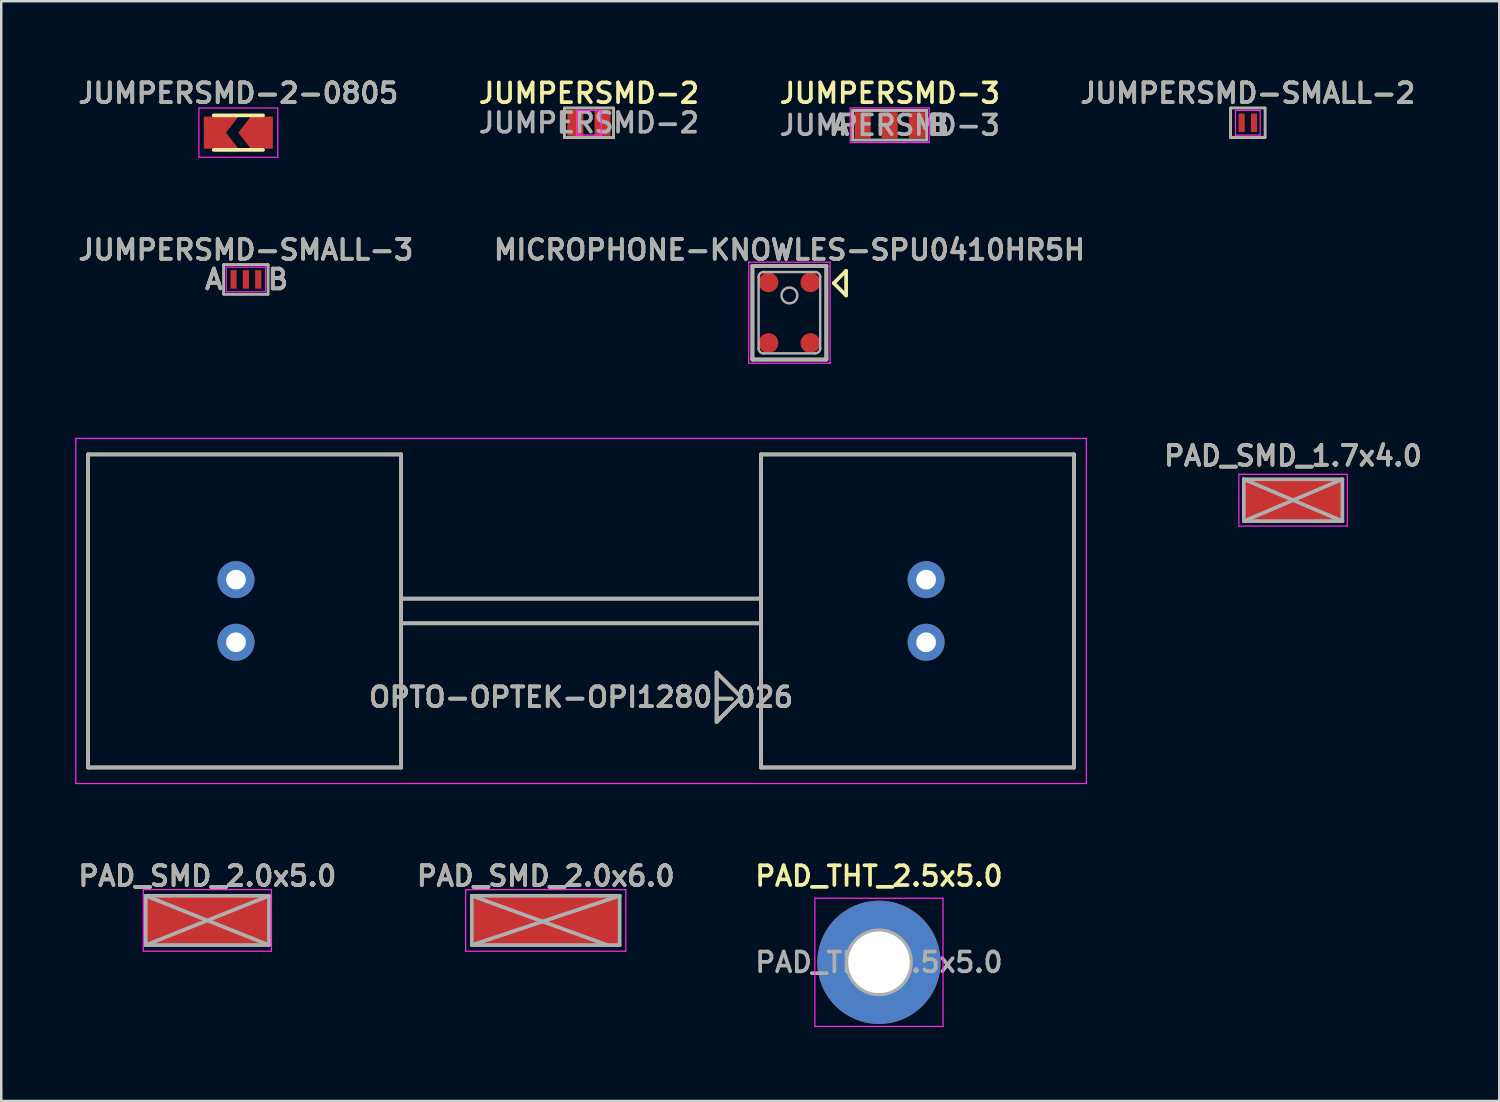
<source format=kicad_pcb>
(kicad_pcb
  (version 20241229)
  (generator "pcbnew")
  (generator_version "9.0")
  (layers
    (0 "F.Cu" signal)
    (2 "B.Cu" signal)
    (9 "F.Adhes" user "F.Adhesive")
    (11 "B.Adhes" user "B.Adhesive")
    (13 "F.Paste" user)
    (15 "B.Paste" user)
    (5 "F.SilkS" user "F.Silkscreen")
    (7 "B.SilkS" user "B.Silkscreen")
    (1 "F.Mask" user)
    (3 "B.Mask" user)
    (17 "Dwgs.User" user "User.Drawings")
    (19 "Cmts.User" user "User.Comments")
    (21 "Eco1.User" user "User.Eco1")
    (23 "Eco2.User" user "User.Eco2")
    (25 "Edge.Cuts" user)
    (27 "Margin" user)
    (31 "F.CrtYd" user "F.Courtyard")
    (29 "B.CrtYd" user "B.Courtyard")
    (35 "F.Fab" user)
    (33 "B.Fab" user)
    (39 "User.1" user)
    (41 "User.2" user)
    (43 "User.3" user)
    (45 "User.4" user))
  (footprint "JUMPERSMD-2"
    (layer "F.Cu")
    (at 20.845 1.931)
    (property "Reference" "JUMPERSMD-2" (at 0 -1.2 0) (layer "F.SilkS") (effects (font (size 0.8 0.8) (thickness 0.15))))
    (attr smd)
    (fp_line (start -1 -0.6) (end 1 -0.6) (stroke (width 0.1) (type solid)) (layer "F.SilkS"))
    (fp_line (start -1 0.6) (end -1 -0.6) (stroke (width 0.1) (type solid)) (layer "F.SilkS"))
    (fp_line (start 1 -0.6) (end 1 0.6) (stroke (width 0.1) (type solid)) (layer "F.SilkS"))
    (fp_line (start 1 0.6) (end -1 0.6) (stroke (width 0.1) (type solid)) (layer "F.SilkS"))
    (fp_line (start -0.5 -0.5) (end 0.5 -0.5) (stroke (width 0.05) (type solid)) (layer "F.CrtYd"))
    (fp_line (start -0.5 0.5) (end -0.5 -0.5) (stroke (width 0.05) (type solid)) (layer "F.CrtYd"))
    (fp_line (start 0.5 -0.5) (end 0.5 0.5) (stroke (width 0.05) (type solid)) (layer "F.CrtYd"))
    (fp_line (start 0.5 0.5) (end -0.5 0.5) (stroke (width 0.05) (type solid)) (layer "F.CrtYd"))
    (fp_line (start -1 -0.6) (end 1 -0.6) (stroke (width 0.1) (type solid)) (layer "F.Fab"))
    (fp_line (start -1 0.6) (end -1 -0.6) (stroke (width 0.1) (type solid)) (layer "F.Fab"))
    (fp_line (start 1 -0.6) (end 1 0.6) (stroke (width 0.1) (type solid)) (layer "F.Fab"))
    (fp_line (start 1 0.6) (end -1 0.6) (stroke (width 0.1) (type solid)) (layer "F.Fab"))
    (fp_text user "${REFERENCE}" (at 0 0 0) (layer "F.Fab") (effects (font (size 0.8 0.8) (thickness 0.15))))
    (pad "1" smd rect (at -0.55 0) (size 0.65 1.06) (layers "F.Cu" "F.Mask" "F.Paste"))
    (pad "2" smd rect (at 0.55 0) (size 0.65 1.06) (layers "F.Cu" "F.Mask" "F.Paste")))
  (footprint "JUMPERSMD-SMALL-3"
    (layer "F.Cu")
    (at 6.926 8.287)
    (property "Reference" "JUMPERSMD-SMALL-3" (at 0 -1.2 0) (layer "F.SilkS") (effects (font (size 0.8 0.8) (thickness 0.15))))
    (attr smd)
    (fp_line (start -0.9 -0.6) (end 0.9 -0.6) (stroke (width 0.1) (type solid)) (layer "F.SilkS"))
    (fp_line (start -0.9 0.6) (end -0.9 -0.6) (stroke (width 0.1) (type solid)) (layer "F.SilkS"))
    (fp_line (start 0.9 -0.6) (end 0.9 0.6) (stroke (width 0.1) (type solid)) (layer "F.SilkS"))
    (fp_line (start 0.9 0.6) (end -0.9 0.6) (stroke (width 0.1) (type solid)) (layer "F.SilkS"))
    (fp_line (start -0.8 -0.5) (end 0.8 -0.5) (stroke (width 0.05) (type solid)) (layer "F.CrtYd"))
    (fp_line (start -0.8 0.5) (end -0.8 -0.5) (stroke (width 0.05) (type solid)) (layer "F.CrtYd"))
    (fp_line (start 0.8 -0.5) (end 0.8 0.5) (stroke (width 0.05) (type solid)) (layer "F.CrtYd"))
    (fp_line (start 0.8 0.5) (end -0.8 0.5) (stroke (width 0.05) (type solid)) (layer "F.CrtYd"))
    (fp_line (start -0.9 -0.6) (end 0.9 -0.6) (stroke (width 0.1) (type solid)) (layer "F.Fab"))
    (fp_line (start -0.9 0.6) (end -0.9 -0.6) (stroke (width 0.1) (type solid)) (layer "F.Fab"))
    (fp_line (start 0.9 -0.6) (end 0.9 0.6) (stroke (width 0.1) (type solid)) (layer "F.Fab"))
    (fp_line (start 0.9 0.6) (end -0.9 0.6) (stroke (width 0.1) (type solid)) (layer "F.Fab"))
    (fp_text user "A" (at -1.3 0 0) (layer "F.SilkS") (effects (font (size 0.8 0.8) (thickness 0.15))))
    (fp_text user "B" (at 1.3 0 0) (layer "F.SilkS") (effects (font (size 0.8 0.8) (thickness 0.15))))
    (fp_text user "B" (at 1.3 0 0) (layer "F.Fab") (effects (font (size 0.8 0.8) (thickness 0.15))))
    (fp_text user "A" (at -1.3 0 0) (layer "F.Fab") (effects (font (size 0.8 0.8) (thickness 0.15))))
    (fp_text user "${REFERENCE}" (at 0 -1.2 0) (layer "F.Fab") (effects (font (size 0.8 0.8) (thickness 0.15))))
    (pad "1" smd rect (at -0.5 0) (size 0.25 0.75) (layers "F.Cu" "F.Mask" "F.Paste"))
    (pad "2" smd rect (at 0 0) (size 0.25 0.75) (layers "F.Cu" "F.Mask" "F.Paste"))
    (pad "3" smd rect (at 0.5 0) (size 0.25 0.75) (layers "F.Cu" "F.Mask" "F.Paste")))
  (footprint "JUMPERSMD-3"
    (layer "F.Cu")
    (at 33.049 2.031)
    (property "Reference" "JUMPERSMD-3" (at 0 -1.3 0) (layer "F.SilkS") (effects (font (size 0.8 0.8) (thickness 0.15))))
    (attr smd)
    (fp_line (start -1.5 -0.6) (end 1.5 -0.6) (stroke (width 0.1) (type solid)) (layer "F.SilkS"))
    (fp_line (start -1.5 0.6) (end -1.5 -0.6) (stroke (width 0.1) (type solid)) (layer "F.SilkS"))
    (fp_line (start 1.5 -0.6) (end 1.5 0.6) (stroke (width 0.1) (type solid)) (layer "F.SilkS"))
    (fp_line (start 1.5 0.6) (end -1.5 0.6) (stroke (width 0.1) (type solid)) (layer "F.SilkS"))
    (fp_line (start -1.6 -0.7) (end 1.6 -0.7) (stroke (width 0.05) (type solid)) (layer "F.CrtYd"))
    (fp_line (start -1.6 0.7) (end -1.6 -0.7) (stroke (width 0.05) (type solid)) (layer "F.CrtYd"))
    (fp_line (start 1.6 -0.7) (end 1.6 0.7) (stroke (width 0.05) (type solid)) (layer "F.CrtYd"))
    (fp_line (start 1.6 0.7) (end -1.6 0.7) (stroke (width 0.05) (type solid)) (layer "F.CrtYd"))
    (fp_line (start -1.5 -0.6) (end 1.5 -0.6) (stroke (width 0.1) (type solid)) (layer "F.Fab"))
    (fp_line (start -1.5 0.6) (end -1.5 -0.6) (stroke (width 0.1) (type solid)) (layer "F.Fab"))
    (fp_line (start 1.5 -0.6) (end 1.5 0.6) (stroke (width 0.1) (type solid)) (layer "F.Fab"))
    (fp_line (start 1.5 0.6) (end -1.5 0.6) (stroke (width 0.1) (type solid)) (layer "F.Fab"))
    (fp_text user "A" (at -2 0 0) (layer "F.SilkS") (effects (font (size 0.8 0.8) (thickness 0.15))))
    (fp_text user "B" (at 2 0 0) (layer "F.SilkS") (effects (font (size 0.8 0.8) (thickness 0.15))))
    (fp_text user "A" (at -2 0 0) (layer "F.Fab") (effects (font (size 0.8 0.8) (thickness 0.15))))
    (fp_text user "B" (at 2 0 0) (layer "F.Fab") (effects (font (size 0.8 0.8) (thickness 0.15))))
    (fp_text user "${REFERENCE}" (at 0 0 0) (layer "F.Fab") (effects (font (size 0.8 0.8) (thickness 0.15))))
    (pad "1" smd rect (at -1.1 0) (size 0.65 1.06) (layers "F.Cu" "F.Mask" "F.Paste"))
    (pad "2" smd rect (at 0 0) (size 0.65 1.06) (layers "F.Cu" "F.Mask" "F.Paste"))
    (pad "3" smd rect (at 1.1 0) (size 0.65 1.06) (layers "F.Cu" "F.Mask" "F.Paste")))
  (footprint "MICROPHONE-KNOWLES-SPU0410HR5H"
    (layer "F.Cu")
    (at 28.978 9.637)
    (property "Reference" "MICROPHONE-KNOWLES-SPU0410HR5H" (at 0 -2.55 0) (layer "F.SilkS") (effects (font (size 0.8 0.8) (thickness 0.15))))
    (attr through_hole)
    (fp_line (start -1.5 -1.9) (end 1.5 -1.9) (stroke (width 0.15) (type solid)) (layer "F.SilkS"))
    (fp_line (start -1.5 1.9) (end -1.5 -1.9) (stroke (width 0.15) (type solid)) (layer "F.SilkS"))
    (fp_line (start 1.5 -1.9) (end 1.5 1.9) (stroke (width 0.15) (type solid)) (layer "F.SilkS"))
    (fp_line (start 1.5 1.9) (end -1.5 1.9) (stroke (width 0.15) (type solid)) (layer "F.SilkS"))
    (fp_line (start 1.8 -1.2) (end 2.3 -1.7) (stroke (width 0.15) (type solid)) (layer "F.SilkS"))
    (fp_line (start 2.3 -1.7) (end 2.3 -0.7) (stroke (width 0.15) (type solid)) (layer "F.SilkS"))
    (fp_line (start 2.3 -0.7) (end 1.8 -1.2) (stroke (width 0.15) (type solid)) (layer "F.SilkS"))
    (fp_line (start -1.65 -2.05) (end 1.65 -2.05) (stroke (width 0.05) (type solid)) (layer "F.CrtYd"))
    (fp_line (start -1.65 2.05) (end -1.65 -2.05) (stroke (width 0.05) (type solid)) (layer "F.CrtYd"))
    (fp_line (start 1.65 -2.05) (end 1.65 2.05) (stroke (width 0.05) (type solid)) (layer "F.CrtYd"))
    (fp_line (start 1.65 2.05) (end -1.65 2.05) (stroke (width 0.05) (type solid)) (layer "F.CrtYd"))
    (fp_line (start -1.5 -1.9) (end -1.5 1.9) (stroke (width 0.15) (type solid)) (layer "F.Fab"))
    (fp_line (start -1.5 1.9) (end 1.5 1.9) (stroke (width 0.15) (type solid)) (layer "F.Fab"))
    (fp_line (start -1.25 -1.45) (end -1.25 1.45) (stroke (width 0.1) (type solid)) (layer "F.Fab"))
    (fp_line (start -1.05 1.65) (end 1.05 1.65) (stroke (width 0.1) (type solid)) (layer "F.Fab"))
    (fp_line (start 1.05 -1.65) (end -1.05 -1.65) (stroke (width 0.1) (type solid)) (layer "F.Fab"))
    (fp_line (start 1.25 1.45) (end 1.25 -1.45) (stroke (width 0.1) (type solid)) (layer "F.Fab"))
    (fp_line (start 1.5 -1.9) (end -1.5 -1.9) (stroke (width 0.15) (type solid)) (layer "F.Fab"))
    (fp_line (start 1.5 1.9) (end 1.5 -1.9) (stroke (width 0.15) (type solid)) (layer "F.Fab"))
    (fp_arc (start -1.25 -1.45) (mid -1.191421 -1.591421) (end -1.05 -1.65) (stroke (width 0.1) (type solid)) (layer "F.Fab"))
    (fp_arc (start -1.05 1.65) (mid -1.191421 1.591421) (end -1.25 1.45) (stroke (width 0.1) (type solid)) (layer "F.Fab"))
    (fp_arc (start 1.05 -1.65) (mid 1.191421 -1.591421) (end 1.25 -1.45) (stroke (width 0.1) (type solid)) (layer "F.Fab"))
    (fp_arc (start 1.25 1.45) (mid 1.191421 1.591421) (end 1.05 1.65) (stroke (width 0.1) (type solid)) (layer "F.Fab"))
    (fp_circle (center 0 -0.7) (end 0.25 -0.5) (stroke (width 0.1) (type solid)) (fill no) (layer "F.Fab"))
    (fp_text user "${REFERENCE}" (at 0 -2.55 0) (layer "F.Fab") (effects (font (size 0.8 0.8) (thickness 0.15))))
    (pad "1" smd circle (at 0.85 -1.23) (size 0.8 0.8) (layers "F.Cu" "F.Mask" "F.Paste"))
    (pad "2" smd circle (at 0.85 1.23) (size 0.8 0.8) (layers "F.Cu" "F.Mask" "F.Paste"))
    (pad "3" smd circle (at -0.85 1.23) (size 0.8 0.8) (layers "F.Cu" "F.Mask" "F.Paste"))
    (pad "4" smd circle (at -0.85 -1.23) (size 0.8 0.8) (layers "F.Cu" "F.Mask" "F.Paste")))
  (footprint "PAD_SMD_1.7x4.0"
    (layer "F.Cu")
    (at 49.414 17.244)
    (property "Reference" "PAD_SMD_1.7x4.0" (at 0 -1.8 0) (layer "F.SilkS") (effects (font (size 0.8 0.8) (thickness 0.15))))
    (attr through_hole)
    (fp_line (start -2.2 -1.05) (end -2.2 1.05) (stroke (width 0.05) (type solid)) (layer "F.CrtYd"))
    (fp_line (start -2.2 1.05) (end 2.2 1.05) (stroke (width 0.05) (type solid)) (layer "F.CrtYd"))
    (fp_line (start 2.2 -1.05) (end -2.2 -1.05) (stroke (width 0.05) (type solid)) (layer "F.CrtYd"))
    (fp_line (start 2.2 1.05) (end 2.2 -1.05) (stroke (width 0.05) (type solid)) (layer "F.CrtYd"))
    (fp_line (start -2 -0.85) (end 2 -0.85) (stroke (width 0.15) (type solid)) (layer "F.Fab"))
    (fp_line (start -2 -0.85) (end 2 0.85) (stroke (width 0.15) (type solid)) (layer "F.Fab"))
    (fp_line (start -2 0.85) (end -2 -0.85) (stroke (width 0.15) (type solid)) (layer "F.Fab"))
    (fp_line (start 2 -0.85) (end -2 0.85) (stroke (width 0.15) (type solid)) (layer "F.Fab"))
    (fp_line (start 2 -0.85) (end 2 0.85) (stroke (width 0.15) (type solid)) (layer "F.Fab"))
    (fp_line (start 2 0.85) (end -2 0.85) (stroke (width 0.15) (type solid)) (layer "F.Fab"))
    (fp_text user "${REFERENCE}" (at 0 -1.8 0) (layer "F.Fab") (effects (font (size 0.8 0.8) (thickness 0.15))))
    (pad "1" smd rect (at 0 0) (size 4 1.7) (layers "F.Cu" "F.Mask" "F.Paste")))
  (footprint "JUMPERSMD-SMALL-2"
    (layer "F.Cu")
    (at 47.577 1.931)
    (property "Reference" "JUMPERSMD-SMALL-2" (at 0 -1.2 0) (layer "F.SilkS") (effects (font (size 0.8 0.8) (thickness 0.15))))
    (attr smd)
    (fp_line (start -0.7 -0.6) (end 0.7 -0.6) (stroke (width 0.1) (type solid)) (layer "F.SilkS"))
    (fp_line (start -0.7 0.6) (end -0.7 -0.6) (stroke (width 0.1) (type solid)) (layer "F.SilkS"))
    (fp_line (start 0.7 -0.6) (end 0.7 0.6) (stroke (width 0.1) (type solid)) (layer "F.SilkS"))
    (fp_line (start 0.7 0.6) (end -0.7 0.6) (stroke (width 0.1) (type solid)) (layer "F.SilkS"))
    (fp_line (start -0.5 -0.5) (end 0.5 -0.5) (stroke (width 0.05) (type solid)) (layer "F.CrtYd"))
    (fp_line (start -0.5 0.5) (end -0.5 -0.5) (stroke (width 0.05) (type solid)) (layer "F.CrtYd"))
    (fp_line (start 0.5 -0.5) (end 0.5 0.5) (stroke (width 0.05) (type solid)) (layer "F.CrtYd"))
    (fp_line (start 0.5 0.5) (end -0.5 0.5) (stroke (width 0.05) (type solid)) (layer "F.CrtYd"))
    (fp_line (start -0.7 -0.6) (end 0.7 -0.6) (stroke (width 0.1) (type solid)) (layer "F.Fab"))
    (fp_line (start -0.7 0.6) (end -0.7 -0.6) (stroke (width 0.1) (type solid)) (layer "F.Fab"))
    (fp_line (start 0.7 -0.6) (end 0.7 0.6) (stroke (width 0.1) (type solid)) (layer "F.Fab"))
    (fp_line (start 0.7 0.6) (end -0.7 0.6) (stroke (width 0.1) (type solid)) (layer "F.Fab"))
    (fp_text user "${REFERENCE}" (at 0 -1.2 0) (layer "F.Fab") (effects (font (size 0.8 0.8) (thickness 0.15))))
    (pad "1" smd rect (at -0.25 0) (size 0.25 0.75) (layers "F.Cu" "F.Mask" "F.Paste"))
    (pad "2" smd rect (at 0.25 0) (size 0.25 0.75) (layers "F.Cu" "F.Mask" "F.Paste")))
  (footprint "PAD_SMD_2.0x6.0"
    (layer "F.Cu")
    (at 19.092 34.294)
    (property "Reference" "PAD_SMD_2.0x6.0" (at 0 -1.8 0) (layer "F.SilkS") (effects (font (size 0.8 0.8) (thickness 0.15))))
    (attr through_hole)
    (fp_line (start -3.25 -1.25) (end -3.25 1.25) (stroke (width 0.05) (type solid)) (layer "F.CrtYd"))
    (fp_line (start -3.25 1.25) (end 3.25 1.25) (stroke (width 0.05) (type solid)) (layer "F.CrtYd"))
    (fp_line (start 3.25 -1.25) (end -3.25 -1.25) (stroke (width 0.05) (type solid)) (layer "F.CrtYd"))
    (fp_line (start 3.25 1.25) (end 3.25 -1.25) (stroke (width 0.05) (type solid)) (layer "F.CrtYd"))
    (fp_line (start -3 -1) (end 2.5 1) (stroke (width 0.15) (type solid)) (layer "F.Fab"))
    (fp_line (start -3 -1) (end 3 -1) (stroke (width 0.15) (type solid)) (layer "F.Fab"))
    (fp_line (start -3 1) (end -3 -1) (stroke (width 0.15) (type solid)) (layer "F.Fab"))
    (fp_line (start 3 -1) (end -3 1) (stroke (width 0.15) (type solid)) (layer "F.Fab"))
    (fp_line (start 3 -1) (end 3 1) (stroke (width 0.15) (type solid)) (layer "F.Fab"))
    (fp_line (start 3 1) (end -3 1) (stroke (width 0.15) (type solid)) (layer "F.Fab"))
    (fp_text user "${REFERENCE}" (at 0 -1.8 0) (layer "F.Fab") (effects (font (size 0.8 0.8) (thickness 0.15))))
    (pad "1" smd rect (at 0 0) (size 6 2) (layers "F.Cu" "F.Mask" "F.Paste")))
  (footprint "JUMPERSMD-2-0805"
    (layer "F.Cu")
    (at 6.621 2.331)
    (property "Reference" "JUMPERSMD-2-0805" (at 0 -1.6 0) (layer "F.SilkS") (effects (font (size 0.8 0.8) (thickness 0.15))))
    (attr smd)
    (fp_line (start -1 -0.7) (end 1 -0.7) (stroke (width 0.15) (type solid)) (layer "F.SilkS"))
    (fp_line (start 1 0.7) (end -1 0.7) (stroke (width 0.15) (type solid)) (layer "F.SilkS"))
    (fp_line (start -1.6 -1) (end -1.6 1) (stroke (width 0.05) (type solid)) (layer "F.CrtYd"))
    (fp_line (start -1.6 -1) (end 1.6 -1) (stroke (width 0.05) (type solid)) (layer "F.CrtYd"))
    (fp_line (start -1.6 1) (end 1.6 1) (stroke (width 0.05) (type solid)) (layer "F.CrtYd"))
    (fp_line (start 1.6 -1) (end 1.6 1) (stroke (width 0.05) (type solid)) (layer "F.CrtYd"))
    (fp_text user "${REFERENCE}" (at 0 -1.6 0) (layer "F.Fab") (effects (font (size 0.8 0.8) (thickness 0.15))))
    (pad "1" smd custom (at -0.95 0) (size 0.9 1.3) (layers "F.Cu" "F.Mask" "F.Paste") (options (anchor rect)) (primitives (gr_poly (pts (xy 0.45 0) (xy 0.95 0.65) (xy 0.45 0.65)) (width 0) (fill yes)) (gr_poly (pts (xy 0.45 -0.65) (xy 0.95 -0.65) (xy 0.45 0)) (width 0) (fill yes))))
    (pad "2" smd custom (at 0.95 0) (size 0.9 1.3) (layers "F.Cu" "F.Mask" "F.Paste") (options (anchor rect)) (primitives (gr_poly (pts (xy -0.45 0.65) (xy -0.95 0) (xy -0.45 -0.65)) (width 0) (fill yes)))))
  (footprint "PAD_SMD_2.0x5.0"
    (layer "F.Cu")
    (at 5.364 34.294)
    (property "Reference" "PAD_SMD_2.0x5.0" (at 0 -1.8 0) (layer "F.SilkS") (effects (font (size 0.8 0.8) (thickness 0.15))))
    (attr through_hole)
    (fp_line (start -2.6 -1.25) (end -2.6 1.25) (stroke (width 0.05) (type solid)) (layer "F.CrtYd"))
    (fp_line (start -2.6 1.25) (end 2.6 1.25) (stroke (width 0.05) (type solid)) (layer "F.CrtYd"))
    (fp_line (start 2.6 -1.25) (end -2.6 -1.25) (stroke (width 0.05) (type solid)) (layer "F.CrtYd"))
    (fp_line (start 2.6 1.25) (end 2.6 -1.25) (stroke (width 0.05) (type solid)) (layer "F.CrtYd"))
    (fp_line (start -2.5 -1) (end 2.5 -1) (stroke (width 0.15) (type solid)) (layer "F.Fab"))
    (fp_line (start -2.5 -1) (end 2.5 1) (stroke (width 0.15) (type solid)) (layer "F.Fab"))
    (fp_line (start -2.5 1) (end -2.5 -1) (stroke (width 0.15) (type solid)) (layer "F.Fab"))
    (fp_line (start 2.5 -1) (end -2.5 1) (stroke (width 0.15) (type solid)) (layer "F.Fab"))
    (fp_line (start 2.5 -1) (end 2.5 1) (stroke (width 0.15) (type solid)) (layer "F.Fab"))
    (fp_line (start 2.5 1) (end -2.5 1) (stroke (width 0.15) (type solid)) (layer "F.Fab"))
    (fp_text user "${REFERENCE}" (at 0 -1.8 0) (layer "F.Fab") (effects (font (size 0.8 0.8) (thickness 0.15))))
    (pad "1" smd rect (at 0 0) (size 5 2) (layers "F.Cu" "F.Mask" "F.Paste")))
  (footprint "PAD_THT_2.5x5.0"
    (layer "F.Cu")
    (at 32.611 35.994)
    (property "Reference" "PAD_THT_2.5x5.0" (at 0 -3.5 0) (layer "F.SilkS") (effects (font (size 0.8 0.8) (thickness 0.15))))
    (attr through_hole)
    (fp_line (start -2.6 -2.6) (end -2.6 2.6) (stroke (width 0.05) (type solid)) (layer "F.CrtYd"))
    (fp_line (start -2.6 2.6) (end 2.6 2.6) (stroke (width 0.05) (type solid)) (layer "F.CrtYd"))
    (fp_line (start 2.6 -2.6) (end -2.6 -2.6) (stroke (width 0.05) (type solid)) (layer "F.CrtYd"))
    (fp_line (start 2.6 2.6) (end 2.6 -2.6) (stroke (width 0.05) (type solid)) (layer "F.CrtYd"))
    (fp_circle (center 0 0) (end 1.3 0) (stroke (width 0.15) (type solid)) (fill no) (layer "F.Fab"))
    (fp_text user "${REFERENCE}" (at 0 0 0) (layer "F.Fab") (effects (font (size 0.8 0.8) (thickness 0.15))))
    (pad "1" thru_hole circle (at 0 0) (size 5 5) (drill 2.5) (layers "*.Cu" "*.Mask")))
  (footprint "OPTO-OPTEK-OPI1280-026"
    (layer "F.Cu")
    (at 20.525 21.738)
    (property "Reference" "OPTO-OPTEK-OPI1280-026" (at 0 3.5 0) (layer "F.SilkS") (effects (font (size 0.8 0.8) (thickness 0.15))))
    (attr through_hole)
    (fp_line (start -20 -6.35) (end -7.3 -6.35) (stroke (width 0.15) (type solid)) (layer "F.SilkS"))
    (fp_line (start -20 6.35) (end -20 -6.35) (stroke (width 0.15) (type solid)) (layer "F.SilkS"))
    (fp_line (start -7.3 -6.35) (end -7.3 6.35) (stroke (width 0.15) (type solid)) (layer "F.SilkS"))
    (fp_line (start -7.3 -0.5) (end 7.3 -0.5) (stroke (width 0.15) (type solid)) (layer "F.SilkS"))
    (fp_line (start -7.3 0.5) (end 7.3 0.5) (stroke (width 0.15) (type solid)) (layer "F.SilkS"))
    (fp_line (start -7.3 6.35) (end -20 6.35) (stroke (width 0.15) (type solid)) (layer "F.SilkS"))
    (fp_line (start 5.5 2.5) (end 5.5 4.5) (stroke (width 0.15) (type solid)) (layer "F.SilkS"))
    (fp_line (start 5.5 4.5) (end 6.5 3.5) (stroke (width 0.15) (type solid)) (layer "F.SilkS"))
    (fp_line (start 6.5 3.5) (end 5.5 2.5) (stroke (width 0.15) (type solid)) (layer "F.SilkS"))
    (fp_line (start 7.3 -6.35) (end 20 -6.35) (stroke (width 0.15) (type solid)) (layer "F.SilkS"))
    (fp_line (start 7.3 6.35) (end 7.3 -6.35) (stroke (width 0.15) (type solid)) (layer "F.SilkS"))
    (fp_line (start 20 -6.35) (end 20 6.35) (stroke (width 0.15) (type solid)) (layer "F.SilkS"))
    (fp_line (start 20 6.35) (end 7.3 6.35) (stroke (width 0.15) (type solid)) (layer "F.SilkS"))
    (fp_line (start -20.5 -7) (end 20.5 -7) (stroke (width 0.05) (type solid)) (layer "F.CrtYd"))
    (fp_line (start -20.5 7) (end -20.5 -7) (stroke (width 0.05) (type solid)) (layer "F.CrtYd"))
    (fp_line (start 20.5 -7) (end 20.5 7) (stroke (width 0.05) (type solid)) (layer "F.CrtYd"))
    (fp_line (start 20.5 7) (end -20.5 7) (stroke (width 0.05) (type solid)) (layer "F.CrtYd"))
    (fp_line (start -20 -6.35) (end -20 6.35) (stroke (width 0.15) (type solid)) (layer "F.Fab"))
    (fp_line (start -20 6.35) (end -7.3 6.35) (stroke (width 0.15) (type solid)) (layer "F.Fab"))
    (fp_line (start -7.3 -6.35) (end -20 -6.35) (stroke (width 0.15) (type solid)) (layer "F.Fab"))
    (fp_line (start -7.3 -0.5) (end 7.3 -0.5) (stroke (width 0.15) (type solid)) (layer "F.Fab"))
    (fp_line (start -7.3 0.5) (end 7.3 0.5) (stroke (width 0.15) (type solid)) (layer "F.Fab"))
    (fp_line (start -7.3 6.35) (end -7.3 -6.35) (stroke (width 0.15) (type solid)) (layer "F.Fab"))
    (fp_line (start 5.5 2.5) (end 5.5 4.5) (stroke (width 0.15) (type solid)) (layer "F.Fab"))
    (fp_line (start 5.5 4.5) (end 6.5 3.5) (stroke (width 0.15) (type solid)) (layer "F.Fab"))
    (fp_line (start 6.5 3.5) (end 5.5 2.5) (stroke (width 0.15) (type solid)) (layer "F.Fab"))
    (fp_line (start 7.3 -6.35) (end 7.3 6.35) (stroke (width 0.15) (type solid)) (layer "F.Fab"))
    (fp_line (start 7.3 6.35) (end 20 6.35) (stroke (width 0.15) (type solid)) (layer "F.Fab"))
    (fp_line (start 20 -6.35) (end 7.3 -6.35) (stroke (width 0.15) (type solid)) (layer "F.Fab"))
    (fp_line (start 20 6.35) (end 20 -6.35) (stroke (width 0.15) (type solid)) (layer "F.Fab"))
    (fp_text user "${REFERENCE}" (at 0 3.5 0) (layer "F.Fab") (effects (font (size 0.8 0.8) (thickness 0.15))))
    (pad "1" thru_hole circle (at 14 1.27) (size 1.5 1.5) (drill 0.8) (layers "*.Cu" "*.Mask"))
    (pad "2" thru_hole circle (at 14 -1.27) (size 1.5 1.5) (drill 0.8) (layers "*.Cu" "*.Mask"))
    (pad "3" thru_hole circle (at -14 1.27) (size 1.5 1.5) (drill 0.8) (layers "*.Cu" "*.Mask"))
    (pad "4" thru_hole circle (at -14 -1.27) (size 1.5 1.5) (drill 0.8) (layers "*.Cu" "*.Mask")))
  (gr_rect
    (start -3 -3)
    (end 57.778 41.619)
    (stroke (width 0.1) (type default))
    (fill no)
    (layer "Edge.Cuts")))
</source>
